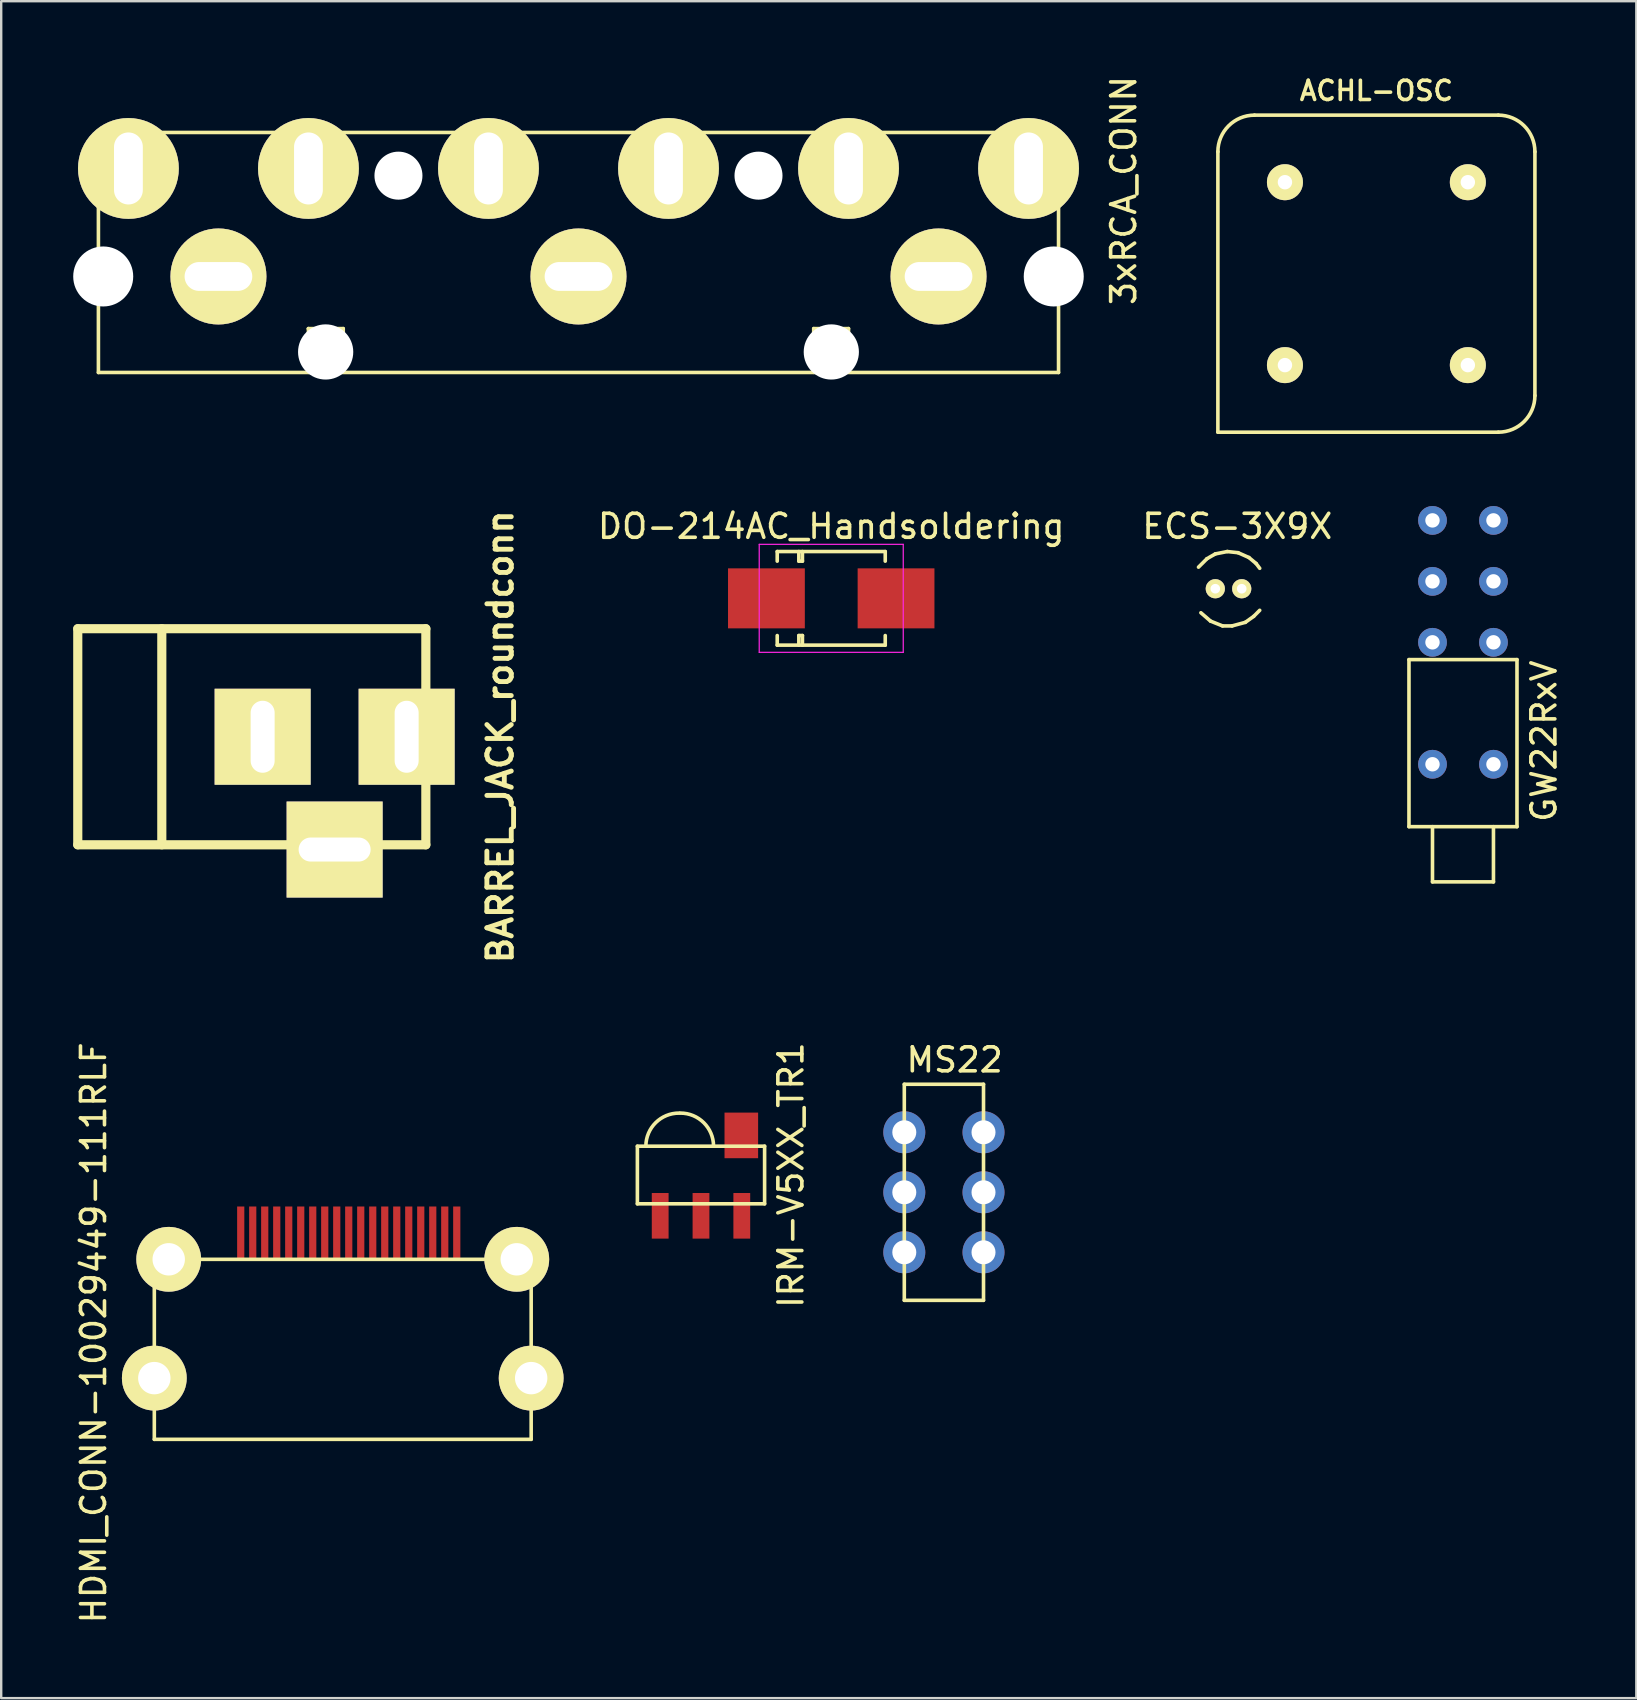
<source format=kicad_pcb>
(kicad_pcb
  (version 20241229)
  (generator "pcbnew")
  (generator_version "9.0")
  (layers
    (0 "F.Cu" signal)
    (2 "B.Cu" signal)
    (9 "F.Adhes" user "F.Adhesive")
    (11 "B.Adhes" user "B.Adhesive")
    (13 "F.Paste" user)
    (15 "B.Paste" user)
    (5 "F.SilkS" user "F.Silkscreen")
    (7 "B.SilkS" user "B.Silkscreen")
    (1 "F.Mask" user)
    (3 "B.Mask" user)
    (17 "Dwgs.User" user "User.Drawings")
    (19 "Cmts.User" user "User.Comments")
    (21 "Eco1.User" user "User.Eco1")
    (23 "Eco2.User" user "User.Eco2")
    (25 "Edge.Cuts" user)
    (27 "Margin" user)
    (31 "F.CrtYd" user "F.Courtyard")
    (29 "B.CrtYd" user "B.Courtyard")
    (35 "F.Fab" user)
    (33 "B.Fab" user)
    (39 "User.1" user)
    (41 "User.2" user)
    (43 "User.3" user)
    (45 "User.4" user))
  (footprint "ACHL-OSC"
    (layer "F.Cu")
    (at 54.292 8.351)
    (property "Reference" "ACHL-OSC" (at 0 -7.62 0) (layer "F.SilkS") (effects (font (size 0.8 0.8) (thickness 0.15))))
    (attr through_hole)
    (fp_line (start -6.604 -5.08) (end -6.604 6.604) (stroke (width 0.15) (type solid)) (layer "F.SilkS"))
    (fp_line (start -6.604 6.604) (end 5.08 6.604) (stroke (width 0.15) (type solid)) (layer "F.SilkS"))
    (fp_line (start 5.08 -6.604) (end -5.08 -6.604) (stroke (width 0.15) (type solid)) (layer "F.SilkS"))
    (fp_line (start 6.604 -5.08) (end 6.604 5.08) (stroke (width 0.15) (type solid)) (layer "F.SilkS"))
    (fp_arc (start -6.604 -5.08) (mid -6.157631 -6.157631) (end -5.08 -6.604) (stroke (width 0.15) (type solid)) (layer "F.SilkS"))
    (fp_arc (start 5.08 -6.604) (mid 6.157631 -6.157631) (end 6.604 -5.08) (stroke (width 0.15) (type solid)) (layer "F.SilkS"))
    (fp_arc (start 6.604 5.08) (mid 6.157631 6.157631) (end 5.08 6.604) (stroke (width 0.15) (type solid)) (layer "F.SilkS"))
    (pad "1" thru_hole circle (at -3.81 3.81) (size 1.5 1.5) (drill 0.6) (layers "*.Cu" "*.Mask" "F.SilkS"))
    (pad "4" thru_hole circle (at 3.81 3.81) (size 1.5 1.5) (drill 0.6) (layers "*.Cu" "*.Mask" "F.SilkS"))
    (pad "5" thru_hole circle (at 3.81 -3.81) (size 1.5 1.5) (drill 0.6) (layers "*.Cu" "*.Mask" "F.SilkS"))
    (pad "8" thru_hole circle (at -3.81 -3.81) (size 1.5 1.5) (drill 0.6) (layers "*.Cu" "*.Mask" "F.SilkS")))
  (footprint "IRM-V5XX_TR1"
    (layer "F.Cu")
    (at 26.154 47.102)
    (property "Reference" "IRM-V5XX_TR1" (at 3.747 -1.196 90) (layer "F.SilkS") (effects (font (size 1 1) (thickness 0.15))))
    (attr through_hole)
    (fp_line (start -2.65 -2.4) (end 2.65 -2.4) (stroke (width 0.15) (type solid)) (layer "F.SilkS"))
    (fp_line (start -2.65 0) (end -2.65 -2.4) (stroke (width 0.15) (type solid)) (layer "F.SilkS"))
    (fp_line (start 2.65 -2.4) (end 2.65 0) (stroke (width 0.15) (type solid)) (layer "F.SilkS"))
    (fp_line (start 2.65 0) (end -2.65 0) (stroke (width 0.15) (type solid)) (layer "F.SilkS"))
    (fp_arc (start -2.29616 -2.40792) (mid -1.886808 -3.380944) (end -0.90932 -3.77952) (stroke (width 0.15) (type solid)) (layer "F.SilkS"))
    (fp_arc (start -0.8636 -3.77952) (mid 0.113888 -3.380944) (end 0.52324 -2.40792) (stroke (width 0.15) (type solid)) (layer "F.SilkS"))
    (pad "1" smd rect (at 1.7 0.5) (size 0.7 1.9) (layers "F.Cu" "F.Mask" "F.Paste"))
    (pad "2" smd rect (at 0 0.5) (size 0.7 1.9) (layers "F.Cu" "F.Mask" "F.Paste"))
    (pad "3" smd rect (at -1.7 0.5) (size 0.7 1.9) (layers "F.Cu" "F.Mask" "F.Paste"))
    (pad "3" smd rect (at 1.68 -2.85) (size 1.4 1.9) (layers "F.Cu" "F.Mask" "F.Paste")))
  (footprint "DO-214AC_Handsoldering"
    (layer "F.Cu")
    (at 31.58 21.878)
    (property "Reference" "DO-214AC_Handsoldering" (at 0 -3 0) (layer "F.SilkS") (effects (font (size 1 1) (thickness 0.15))))
    (attr smd)
    (fp_line (start -2.25 -1.95) (end -2.25 -1.55) (stroke (width 0.15) (type solid)) (layer "F.SilkS"))
    (fp_line (start -2.25 -1.95) (end 2.25 -1.95) (stroke (width 0.15) (type solid)) (layer "F.SilkS"))
    (fp_line (start -2.25 1.95) (end -2.25 1.55) (stroke (width 0.15) (type solid)) (layer "F.SilkS"))
    (fp_line (start -1.35 -1.95) (end -1.35 -1.55) (stroke (width 0.15) (type solid)) (layer "F.SilkS"))
    (fp_line (start -1.35 -1.55) (end -1.2 -1.55) (stroke (width 0.15) (type solid)) (layer "F.SilkS"))
    (fp_line (start -1.35 1.55) (end -1.2 1.55) (stroke (width 0.15) (type solid)) (layer "F.SilkS"))
    (fp_line (start -1.35 1.95) (end -1.35 1.55) (stroke (width 0.15) (type solid)) (layer "F.SilkS"))
    (fp_line (start -1.2 -1.55) (end -1.2 -1.95) (stroke (width 0.15) (type solid)) (layer "F.SilkS"))
    (fp_line (start -1.2 1.55) (end -1.2 1.95) (stroke (width 0.15) (type solid)) (layer "F.SilkS"))
    (fp_line (start 2.25 -1.95) (end 2.25 -1.55) (stroke (width 0.15) (type solid)) (layer "F.SilkS"))
    (fp_line (start 2.25 1.95) (end -2.25 1.95) (stroke (width 0.15) (type solid)) (layer "F.SilkS"))
    (fp_line (start 2.25 1.95) (end 2.25 1.55) (stroke (width 0.15) (type solid)) (layer "F.SilkS"))
    (fp_line (start -3 -2.25) (end 3 -2.25) (stroke (width 0.05) (type solid)) (layer "F.CrtYd"))
    (fp_line (start -3 2.25) (end -3 -2.25) (stroke (width 0.05) (type solid)) (layer "F.CrtYd"))
    (fp_line (start 3 -2.25) (end 3 2.25) (stroke (width 0.05) (type solid)) (layer "F.CrtYd"))
    (fp_line (start 3 2.25) (end -3 2.25) (stroke (width 0.05) (type solid)) (layer "F.CrtYd"))
    (pad "1" smd rect (at -2.7 0) (size 3.2 2.5) (layers "F.Cu" "F.Mask" "F.Paste"))
    (pad "2" smd rect (at 2.7 0) (size 3.2 2.5) (layers "F.Cu" "F.Mask" "F.Paste")))
  (footprint "ECS-3X9X"
    (layer "F.Cu")
    (at 48.131 21.477)
    (property "Reference" "ECS-3X9X" (at 0.366 -2.598 0) (layer "F.SilkS") (effects (font (size 1 1) (thickness 0.15))))
    (attr through_hole)
    (fp_line (start -0.899 -1.25) (end -1.25 -0.899) (stroke (width 0.15) (type solid)) (layer "F.SilkS"))
    (fp_line (start -0.749 1.349) (end -1.151 1.001) (stroke (width 0.15) (type solid)) (layer "F.SilkS"))
    (fp_line (start -0.551 -1.45) (end -0.899 -1.25) (stroke (width 0.15) (type solid)) (layer "F.SilkS"))
    (fp_line (start -0.249 1.549) (end -0.749 1.349) (stroke (width 0.15) (type solid)) (layer "F.SilkS"))
    (fp_line (start -0.051 -1.549) (end -0.551 -1.45) (stroke (width 0.15) (type solid)) (layer "F.SilkS"))
    (fp_line (start 0.15 1.549) (end -0.249 1.549) (stroke (width 0.15) (type solid)) (layer "F.SilkS"))
    (fp_line (start 0.399 -1.501) (end -0.051 -1.549) (stroke (width 0.15) (type solid)) (layer "F.SilkS"))
    (fp_line (start 0.701 1.4) (end 0.15 1.549) (stroke (width 0.15) (type solid)) (layer "F.SilkS"))
    (fp_line (start 0.851 -1.3) (end 0.399 -1.501) (stroke (width 0.15) (type solid)) (layer "F.SilkS"))
    (fp_line (start 1.049 1.151) (end 0.701 1.4) (stroke (width 0.15) (type solid)) (layer "F.SilkS"))
    (fp_line (start 1.151 -1.049) (end 0.851 -1.3) (stroke (width 0.15) (type solid)) (layer "F.SilkS"))
    (fp_line (start 1.3 -0.851) (end 1.151 -1.049) (stroke (width 0.15) (type solid)) (layer "F.SilkS"))
    (fp_line (start 1.3 0.899) (end 1.049 1.151) (stroke (width 0.15) (type solid)) (layer "F.SilkS"))
    (pad "1" thru_hole circle (at -0.55 0) (size 0.8 0.8) (drill 0.4) (layers "*.Cu" "*.Mask" "F.SilkS"))
    (pad "2" thru_hole circle (at 0.55 0) (size 0.8 0.8) (drill 0.4) (layers "*.Cu" "*.Mask" "F.SilkS")))
  (footprint "MS22"
    (layer "F.Cu")
    (at 36.274 46.622)
    (property "Reference" "MS22" (at 0.447 -5.517 0) (layer "F.SilkS") (effects (font (size 1 1) (thickness 0.15))))
    (attr through_hole)
    (fp_line (start -1.65 -4.5) (end 1.65 -4.5) (stroke (width 0.15) (type solid)) (layer "F.SilkS"))
    (fp_line (start -1.65 4.5) (end -1.65 -4.5) (stroke (width 0.15) (type solid)) (layer "F.SilkS"))
    (fp_line (start 1.65 -4.5) (end 1.65 4.5) (stroke (width 0.15) (type solid)) (layer "F.SilkS"))
    (fp_line (start 1.65 4.5) (end -1.65 4.5) (stroke (width 0.15) (type solid)) (layer "F.SilkS"))
    (pad "1" thru_hole circle (at -1.65 -2.5) (size 1.75 1.75) (drill 1) (layers "*.Cu" "*.Mask"))
    (pad "2" thru_hole circle (at -1.65 0) (size 1.75 1.75) (drill 1) (layers "*.Cu" "*.Mask"))
    (pad "3" thru_hole circle (at -1.65 2.5) (size 1.75 1.75) (drill 1) (layers "*.Cu" "*.Mask"))
    (pad "4" thru_hole circle (at 1.65 -2.5) (size 1.75 1.75) (drill 1) (layers "*.Cu" "*.Mask"))
    (pad "5" thru_hole circle (at 1.65 0) (size 1.75 1.75) (drill 1) (layers "*.Cu" "*.Mask"))
    (pad "6" thru_hole circle (at 1.65 2.5) (size 1.75 1.75) (drill 1) (layers "*.Cu" "*.Mask")))
  (footprint "BARREL_JACK_roundconn"
    (layer "F.Cu")
    (at 7.691 27.644)
    (property "Reference" "BARREL_JACK_roundconn" (at 10.099 0 90) (layer "F.SilkS") (effects (font (size 1.016 1.016) (thickness 0.203))))
    (attr through_hole)
    (fp_line (start -7.501 -4.501) (end -7.501 4.501) (stroke (width 0.381) (type solid)) (layer "F.SilkS"))
    (fp_line (start -7.501 4.501) (end 7 4.501) (stroke (width 0.381) (type solid)) (layer "F.SilkS"))
    (fp_line (start -4 -4.501) (end -4 4.501) (stroke (width 0.381) (type solid)) (layer "F.SilkS"))
    (fp_line (start 7 -4.501) (end -7.501 -4.501) (stroke (width 0.381) (type solid)) (layer "F.SilkS"))
    (fp_line (start 7 4.501) (end 7 -4.501) (stroke (width 0.381) (type solid)) (layer "F.SilkS"))
    (pad "1" thru_hole rect (at 6.2 0) (size 4 4) (drill oval 1 3) (layers "*.Cu" "*.Mask" "F.SilkS"))
    (pad "2" thru_hole rect (at 0.201 0) (size 4 4) (drill oval 1 3) (layers "*.Cu" "*.Mask" "F.SilkS"))
    (pad "3" thru_hole rect (at 3.2 4.699) (size 4 4) (drill oval 3 1) (layers "*.Cu" "*.Mask" "F.SilkS")))
  (footprint "3xRCA_CONN"
    (layer "F.Cu")
    (at 21.05 8.468)
    (property "Reference" "3xRCA_CONN" (at 22.715 -3.581 90) (layer "F.SilkS") (effects (font (size 1 1) (thickness 0.15))))
    (attr through_hole)
    (fp_line (start -20 -6) (end 20 -6) (stroke (width 0.15) (type solid)) (layer "F.SilkS"))
    (fp_line (start -20 4) (end -20 -6) (stroke (width 0.15) (type solid)) (layer "F.SilkS"))
    (fp_line (start -20 4) (end 20 4) (stroke (width 0.15) (type solid)) (layer "F.SilkS"))
    (fp_line (start -11.255 3.97) (end -9.835 2.202) (stroke (width 0.15) (type solid)) (layer "F.SilkS"))
    (fp_line (start -11.25 2.172) (end -9.8 2.172) (stroke (width 0.15) (type solid)) (layer "F.SilkS"))
    (fp_line (start -11.25 3.993) (end -11.25 2.172) (stroke (width 0.15) (type solid)) (layer "F.SilkS"))
    (fp_line (start -11.25 2.177) (end -9.827 3.947) (stroke (width 0.15) (type solid)) (layer "F.SilkS"))
    (fp_line (start -9.827 3.947) (end -9.822 3.96) (stroke (width 0.15) (type solid)) (layer "F.SilkS"))
    (fp_line (start -9.8 2.172) (end -9.8 3.978) (stroke (width 0.15) (type solid)) (layer "F.SilkS"))
    (fp_line (start 9.8 2.172) (end 11.25 2.172) (stroke (width 0.15) (type solid)) (layer "F.SilkS"))
    (fp_line (start 9.8 3.993) (end 9.8 2.172) (stroke (width 0.15) (type solid)) (layer "F.SilkS"))
    (fp_line (start 9.802 3.983) (end 11.214 2.223) (stroke (width 0.15) (type solid)) (layer "F.SilkS"))
    (fp_line (start 9.825 2.2) (end 11.214 3.937) (stroke (width 0.15) (type solid)) (layer "F.SilkS"))
    (fp_line (start 11.25 2.172) (end 11.25 3.978) (stroke (width 0.15) (type solid)) (layer "F.SilkS"))
    (fp_line (start 20 -6) (end 20 4) (stroke (width 0.15) (type solid)) (layer "F.SilkS"))
    (pad "" np_thru_hole oval (at -19.8 0) (size 2.5 2.5) (drill 2.5) (layers "*.Cu" "*.Mask"))
    (pad "" np_thru_hole circle (at -10.533 3.145) (size 2.3 2.3) (drill 2.3) (layers "*.Cu" "*.Mask"))
    (pad "" np_thru_hole circle (at -7.5 -4.2) (size 2 2) (drill 2) (layers "*.Cu" "*.Mask"))
    (pad "" np_thru_hole circle (at 7.5 -4.2) (size 2 2) (drill 2) (layers "*.Cu" "*.Mask"))
    (pad "" np_thru_hole circle (at 10.533 3.145) (size 2.3 2.3) (drill 2.3) (layers "*.Cu" "*.Mask"))
    (pad "" np_thru_hole oval (at 19.8 0) (size 2.5 2.5) (drill 2.5) (layers "*.Cu" "*.Mask"))
    (pad "1" thru_hole circle (at -3.75 -4.5) (size 4.2 4.2) (drill oval 1.2 3) (layers "*.Cu" "*.Mask" "F.SilkS"))
    (pad "1" thru_hole circle (at 3.75 -4.5) (size 4.2 4.2) (drill oval 1.2 3) (layers "*.Cu" "*.Mask" "F.SilkS"))
    (pad "2" thru_hole circle (at 11.25 -4.5) (size 4.2 4.2) (drill oval 1.2 3) (layers "*.Cu" "*.Mask" "F.SilkS"))
    (pad "2" thru_hole circle (at 18.75 -4.5) (size 4.2 4.2) (drill oval 1.2 3) (layers "*.Cu" "*.Mask" "F.SilkS"))
    (pad "3" thru_hole circle (at -18.75 -4.5) (size 4.2 4.2) (drill oval 1.2 3) (layers "*.Cu" "*.Mask" "F.SilkS"))
    (pad "3" thru_hole circle (at -11.25 -4.5) (size 4.2 4.2) (drill oval 1.2 3) (layers "*.Cu" "*.Mask" "F.SilkS"))
    (pad "4" thru_hole circle (at -15 0) (size 4 4) (drill oval 2.82 1.2) (layers "*.Cu" "*.Mask" "F.SilkS"))
    (pad "4" thru_hole circle (at 0 0) (size 4 4) (drill oval 2.82 1.2) (layers "*.Cu" "*.Mask" "F.SilkS"))
    (pad "4" thru_hole circle (at 15 0) (size 4 4) (drill oval 2.82 1.2) (layers "*.Cu" "*.Mask" "F.SilkS")))
  (footprint "GW22RxV"
    (layer "F.Cu")
    (at 57.899 18.63)
    (property "Reference" "GW22RxV" (at 3.373 9.197 90) (layer "F.SilkS") (effects (font (size 1 1) (thickness 0.15))))
    (attr through_hole)
    (fp_line (start -2.25 5.8) (end -2.25 12.76) (stroke (width 0.15) (type solid)) (layer "F.SilkS"))
    (fp_line (start -2.25 5.8) (end 2.25 5.8) (stroke (width 0.15) (type solid)) (layer "F.SilkS"))
    (fp_line (start -1.27 12.76) (end -1.27 15.06) (stroke (width 0.15) (type solid)) (layer "F.SilkS"))
    (fp_line (start -1.27 15.06) (end 1.27 15.06) (stroke (width 0.15) (type solid)) (layer "F.SilkS"))
    (fp_line (start 1.27 15.06) (end 1.27 12.76) (stroke (width 0.15) (type solid)) (layer "F.SilkS"))
    (fp_line (start 2.25 5.8) (end 2.25 12.76) (stroke (width 0.15) (type solid)) (layer "F.SilkS"))
    (fp_line (start 2.25 12.76) (end -2.25 12.76) (stroke (width 0.15) (type solid)) (layer "F.SilkS"))
    (pad "" thru_hole circle (at -1.27 10.16) (size 1.2 1.2) (drill 0.6) (layers "*.Cu" "*.Mask"))
    (pad "" thru_hole circle (at 1.27 10.16) (size 1.2 1.2) (drill 0.6) (layers "*.Cu" "*.Mask"))
    (pad "1" thru_hole circle (at 1.27 0) (size 1.2 1.2) (drill 0.6) (layers "*.Cu" "*.Mask"))
    (pad "2" thru_hole circle (at 1.27 2.54) (size 1.2 1.2) (drill 0.6) (layers "*.Cu" "*.Mask"))
    (pad "3" thru_hole circle (at 1.27 5.08) (size 1.2 1.2) (drill 0.6) (layers "*.Cu" "*.Mask"))
    (pad "4" thru_hole circle (at -1.27 0) (size 1.2 1.2) (drill 0.6) (layers "*.Cu" "*.Mask"))
    (pad "5" thru_hole circle (at -1.27 2.54) (size 1.2 1.2) (drill 0.6) (layers "*.Cu" "*.Mask"))
    (pad "6" thru_hole circle (at -1.27 5.08) (size 1.2 1.2) (drill 0.6) (layers "*.Cu" "*.Mask")))
  (footprint "HDMI_CONN-10029449-111RLF"
    (layer "F.Cu")
    (at 11.229 49.414)
    (property "Reference" "HDMI_CONN-10029449-111RLF" (at -10.381 3.063 90) (layer "F.SilkS") (effects (font (size 1 1) (thickness 0.15))))
    (attr through_hole)
    (fp_line (start -7.85 0) (end 7.85 0) (stroke (width 0.15) (type solid)) (layer "F.SilkS"))
    (fp_line (start -7.85 7.5) (end -7.85 0) (stroke (width 0.15) (type solid)) (layer "F.SilkS"))
    (fp_line (start 7.85 0) (end 7.85 7.5) (stroke (width 0.15) (type solid)) (layer "F.SilkS"))
    (fp_line (start 7.85 7.5) (end -7.85 7.5) (stroke (width 0.15) (type solid)) (layer "F.SilkS"))
    (pad "1" smd rect (at 4.75 -1.1) (size 0.3 2.2) (layers "F.Cu" "F.Mask" "F.Paste"))
    (pad "2" smd rect (at 4.25 -1.1) (size 0.3 2.2) (layers "F.Cu" "F.Mask" "F.Paste"))
    (pad "3" smd rect (at 3.75 -1.1) (size 0.3 2.2) (layers "F.Cu" "F.Mask" "F.Paste"))
    (pad "4" smd rect (at 3.25 -1.1) (size 0.3 2.2) (layers "F.Cu" "F.Mask" "F.Paste"))
    (pad "5" smd rect (at 2.75 -1.1) (size 0.3 2.2) (layers "F.Cu" "F.Mask" "F.Paste"))
    (pad "6" smd rect (at 2.25 -1.1) (size 0.3 2.2) (layers "F.Cu" "F.Mask" "F.Paste"))
    (pad "7" smd rect (at 1.75 -1.1) (size 0.3 2.2) (layers "F.Cu" "F.Mask" "F.Paste"))
    (pad "8" smd rect (at 1.25 -1.1) (size 0.3 2.2) (layers "F.Cu" "F.Mask" "F.Paste"))
    (pad "9" smd rect (at 0.75 -1.1) (size 0.3 2.2) (layers "F.Cu" "F.Mask" "F.Paste"))
    (pad "10" smd rect (at 0.25 -1.1) (size 0.3 2.2) (layers "F.Cu" "F.Mask" "F.Paste"))
    (pad "11" smd rect (at -0.25 -1.1) (size 0.3 2.2) (layers "F.Cu" "F.Mask" "F.Paste"))
    (pad "12" smd rect (at -0.75 -1.1) (size 0.3 2.2) (layers "F.Cu" "F.Mask" "F.Paste"))
    (pad "13" smd rect (at -1.25 -1.1) (size 0.3 2.2) (layers "F.Cu" "F.Mask" "F.Paste"))
    (pad "14" smd rect (at -1.75 -1.1) (size 0.3 2.2) (layers "F.Cu" "F.Mask" "F.Paste"))
    (pad "15" smd rect (at -2.25 -1.1) (size 0.3 2.2) (layers "F.Cu" "F.Mask" "F.Paste"))
    (pad "16" smd rect (at -2.75 -1.1) (size 0.3 2.2) (layers "F.Cu" "F.Mask" "F.Paste"))
    (pad "17" thru_hole circle (at -7.85 4.95) (size 2.7 2.7) (drill 1.35) (layers "*.Cu" "*.Mask" "F.SilkS"))
    (pad "17" thru_hole circle (at -7.25 0) (size 2.7 2.7) (drill 1.35) (layers "*.Cu" "*.Mask" "F.SilkS"))
    (pad "17" smd rect (at -3.25 -1.1) (size 0.3 2.2) (layers "F.Cu" "F.Mask" "F.Paste"))
    (pad "17" thru_hole circle (at 7.25 0) (size 2.7 2.7) (drill 1.35) (layers "*.Cu" "*.Mask" "F.SilkS"))
    (pad "17" thru_hole circle (at 7.85 4.95) (size 2.7 2.7) (drill 1.35) (layers "*.Cu" "*.Mask" "F.SilkS"))
    (pad "18" smd rect (at -3.75 -1.1) (size 0.3 2.2) (layers "F.Cu" "F.Mask" "F.Paste"))
    (pad "19" smd rect (at -4.25 -1.1) (size 0.3 2.2) (layers "F.Cu" "F.Mask" "F.Paste")))
  (gr_rect
    (start -3 -3)
    (end 65.121 67.697)
    (stroke (width 0.1) (type default))
    (fill no)
    (layer "Edge.Cuts")))
</source>
